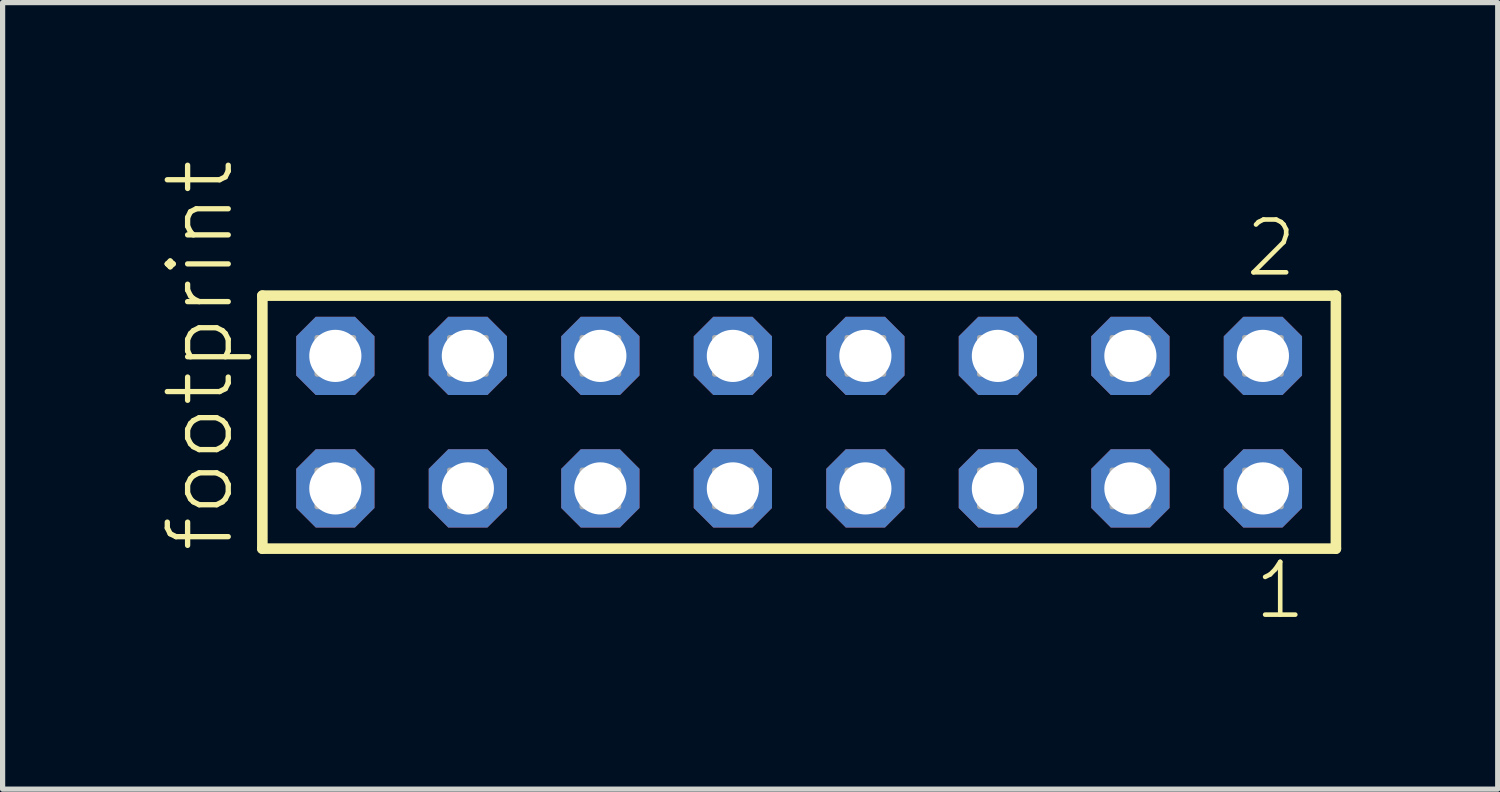
<source format=kicad_pcb>
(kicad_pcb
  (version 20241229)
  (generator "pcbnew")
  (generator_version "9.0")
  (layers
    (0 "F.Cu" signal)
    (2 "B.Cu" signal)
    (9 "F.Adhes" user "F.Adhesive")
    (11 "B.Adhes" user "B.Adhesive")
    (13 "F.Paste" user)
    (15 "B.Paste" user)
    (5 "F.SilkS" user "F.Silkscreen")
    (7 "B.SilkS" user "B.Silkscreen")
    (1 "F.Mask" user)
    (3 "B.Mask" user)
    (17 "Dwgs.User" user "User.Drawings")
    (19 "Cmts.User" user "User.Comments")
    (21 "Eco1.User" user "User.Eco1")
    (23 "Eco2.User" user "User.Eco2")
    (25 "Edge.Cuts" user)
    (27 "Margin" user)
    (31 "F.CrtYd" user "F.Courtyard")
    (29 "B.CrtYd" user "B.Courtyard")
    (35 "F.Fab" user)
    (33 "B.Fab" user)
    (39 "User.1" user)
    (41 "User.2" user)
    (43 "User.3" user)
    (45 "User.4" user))
  (footprint "footprint"
    (layer "F.Cu")
    (at 12.268 5.042)
    (property "Reference" "footprint" (at -10.795 2.54 90) (layer "F.SilkS") (effects (font (size 1.168 1.168) (thickness 0.102)) (justify left bottom)))
    (fp_line (start -10.289 -2.425) (end 10.289 -2.425) (stroke (width 0.203) (type solid)) (layer "F.SilkS"))
    (fp_line (start -10.289 2.425) (end -10.289 -2.425) (stroke (width 0.203) (type solid)) (layer "F.SilkS"))
    (fp_line (start 10.289 -2.425) (end 10.289 2.425) (stroke (width 0.203) (type solid)) (layer "F.SilkS"))
    (fp_line (start 10.289 2.425) (end -10.289 2.425) (stroke (width 0.203) (type solid)) (layer "F.SilkS"))
    (fp_poly (pts (xy -9.24 -0.92) (xy -8.54 -0.92) (xy -8.54 -1.62) (xy -9.24 -1.62)) (stroke (width 0.1) (type solid)) (fill no) (layer "F.Fab"))
    (fp_poly (pts (xy -9.24 1.62) (xy -8.54 1.62) (xy -8.54 0.92) (xy -9.24 0.92)) (stroke (width 0.1) (type solid)) (fill no) (layer "F.Fab"))
    (fp_poly (pts (xy -6.7 -0.92) (xy -6 -0.92) (xy -6 -1.62) (xy -6.7 -1.62)) (stroke (width 0.1) (type solid)) (fill no) (layer "F.Fab"))
    (fp_poly (pts (xy -6.7 1.62) (xy -6 1.62) (xy -6 0.92) (xy -6.7 0.92)) (stroke (width 0.1) (type solid)) (fill no) (layer "F.Fab"))
    (fp_poly (pts (xy -4.16 -0.92) (xy -3.46 -0.92) (xy -3.46 -1.62) (xy -4.16 -1.62)) (stroke (width 0.1) (type solid)) (fill no) (layer "F.Fab"))
    (fp_poly (pts (xy -4.16 1.62) (xy -3.46 1.62) (xy -3.46 0.92) (xy -4.16 0.92)) (stroke (width 0.1) (type solid)) (fill no) (layer "F.Fab"))
    (fp_poly (pts (xy -1.62 -0.92) (xy -0.92 -0.92) (xy -0.92 -1.62) (xy -1.62 -1.62)) (stroke (width 0.1) (type solid)) (fill no) (layer "F.Fab"))
    (fp_poly (pts (xy -1.62 1.62) (xy -0.92 1.62) (xy -0.92 0.92) (xy -1.62 0.92)) (stroke (width 0.1) (type solid)) (fill no) (layer "F.Fab"))
    (fp_poly (pts (xy 0.92 -0.92) (xy 1.62 -0.92) (xy 1.62 -1.62) (xy 0.92 -1.62)) (stroke (width 0.1) (type solid)) (fill no) (layer "F.Fab"))
    (fp_poly (pts (xy 0.92 1.62) (xy 1.62 1.62) (xy 1.62 0.92) (xy 0.92 0.92)) (stroke (width 0.1) (type solid)) (fill no) (layer "F.Fab"))
    (fp_poly (pts (xy 3.46 -0.92) (xy 4.16 -0.92) (xy 4.16 -1.62) (xy 3.46 -1.62)) (stroke (width 0.1) (type solid)) (fill no) (layer "F.Fab"))
    (fp_poly (pts (xy 3.46 1.62) (xy 4.16 1.62) (xy 4.16 0.92) (xy 3.46 0.92)) (stroke (width 0.1) (type solid)) (fill no) (layer "F.Fab"))
    (fp_poly (pts (xy 6 -0.92) (xy 6.7 -0.92) (xy 6.7 -1.62) (xy 6 -1.62)) (stroke (width 0.1) (type solid)) (fill no) (layer "F.Fab"))
    (fp_poly (pts (xy 6 1.62) (xy 6.7 1.62) (xy 6.7 0.92) (xy 6 0.92)) (stroke (width 0.1) (type solid)) (fill no) (layer "F.Fab"))
    (fp_poly (pts (xy 8.54 -0.92) (xy 9.24 -0.92) (xy 9.24 -1.62) (xy 8.54 -1.62)) (stroke (width 0.1) (type solid)) (fill no) (layer "F.Fab"))
    (fp_poly (pts (xy 8.54 1.62) (xy 9.24 1.62) (xy 9.24 0.92) (xy 8.54 0.92)) (stroke (width 0.1) (type solid)) (fill no) (layer "F.Fab"))
    (fp_text user "1" (at 8.682 3.818 0) (layer "F.SilkS") (effects (font (size 1.012 1.012) (thickness 0.088)) (justify left bottom)))
    (fp_text user "2" (at 8.507 -2.744 0) (layer "F.SilkS") (effects (font (size 1.012 1.012) (thickness 0.088)) (justify left bottom)))
    (pad "1" thru_hole roundrect (at 8.89 1.27 180) (size 1.5 1.5) (drill 1) (layers "*.Cu" "*.Mask") (roundrect_rratio 0.25) (chamfer_ratio 0.25) (chamfer top_left top_right bottom_left bottom_right))
    (pad "2" thru_hole roundrect (at 8.89 -1.27 180) (size 1.5 1.5) (drill 1) (layers "*.Cu" "*.Mask") (roundrect_rratio 0.25) (chamfer_ratio 0.25) (chamfer top_left top_right bottom_left bottom_right))
    (pad "3" thru_hole roundrect (at 6.35 1.27 180) (size 1.5 1.5) (drill 1) (layers "*.Cu" "*.Mask") (roundrect_rratio 0.25) (chamfer_ratio 0.25) (chamfer top_left top_right bottom_left bottom_right))
    (pad "4" thru_hole roundrect (at 6.35 -1.27 180) (size 1.5 1.5) (drill 1) (layers "*.Cu" "*.Mask") (roundrect_rratio 0.25) (chamfer_ratio 0.25) (chamfer top_left top_right bottom_left bottom_right))
    (pad "5" thru_hole roundrect (at 3.81 1.27 180) (size 1.5 1.5) (drill 1) (layers "*.Cu" "*.Mask") (roundrect_rratio 0.25) (chamfer_ratio 0.25) (chamfer top_left top_right bottom_left bottom_right))
    (pad "6" thru_hole roundrect (at 3.81 -1.27 180) (size 1.5 1.5) (drill 1) (layers "*.Cu" "*.Mask") (roundrect_rratio 0.25) (chamfer_ratio 0.25) (chamfer top_left top_right bottom_left bottom_right))
    (pad "7" thru_hole roundrect (at 1.27 1.27 180) (size 1.5 1.5) (drill 1) (layers "*.Cu" "*.Mask") (roundrect_rratio 0.25) (chamfer_ratio 0.25) (chamfer top_left top_right bottom_left bottom_right))
    (pad "8" thru_hole roundrect (at 1.27 -1.27 180) (size 1.5 1.5) (drill 1) (layers "*.Cu" "*.Mask") (roundrect_rratio 0.25) (chamfer_ratio 0.25) (chamfer top_left top_right bottom_left bottom_right))
    (pad "9" thru_hole roundrect (at -1.27 1.27 180) (size 1.5 1.5) (drill 1) (layers "*.Cu" "*.Mask") (roundrect_rratio 0.25) (chamfer_ratio 0.25) (chamfer top_left top_right bottom_left bottom_right))
    (pad "10" thru_hole roundrect (at -1.27 -1.27 180) (size 1.5 1.5) (drill 1) (layers "*.Cu" "*.Mask") (roundrect_rratio 0.25) (chamfer_ratio 0.25) (chamfer top_left top_right bottom_left bottom_right))
    (pad "11" thru_hole roundrect (at -3.81 1.27 180) (size 1.5 1.5) (drill 1) (layers "*.Cu" "*.Mask") (roundrect_rratio 0.25) (chamfer_ratio 0.25) (chamfer top_left top_right bottom_left bottom_right))
    (pad "12" thru_hole roundrect (at -3.81 -1.27 180) (size 1.5 1.5) (drill 1) (layers "*.Cu" "*.Mask") (roundrect_rratio 0.25) (chamfer_ratio 0.25) (chamfer top_left top_right bottom_left bottom_right))
    (pad "13" thru_hole roundrect (at -6.35 1.27 180) (size 1.5 1.5) (drill 1) (layers "*.Cu" "*.Mask") (roundrect_rratio 0.25) (chamfer_ratio 0.25) (chamfer top_left top_right bottom_left bottom_right))
    (pad "14" thru_hole roundrect (at -6.35 -1.27 180) (size 1.5 1.5) (drill 1) (layers "*.Cu" "*.Mask") (roundrect_rratio 0.25) (chamfer_ratio 0.25) (chamfer top_left top_right bottom_left bottom_right))
    (pad "15" thru_hole roundrect (at -8.89 1.27 180) (size 1.5 1.5) (drill 1) (layers "*.Cu" "*.Mask") (roundrect_rratio 0.25) (chamfer_ratio 0.25) (chamfer top_left top_right bottom_left bottom_right))
    (pad "16" thru_hole roundrect (at -8.89 -1.27 180) (size 1.5 1.5) (drill 1) (layers "*.Cu" "*.Mask") (roundrect_rratio 0.25) (chamfer_ratio 0.25) (chamfer top_left top_right bottom_left bottom_right)))
  (gr_rect
    (start -3 -3)
    (end 25.659 12.077)
    (stroke (width 0.1) (type default))
    (fill no)
    (layer "Edge.Cuts")))
</source>
